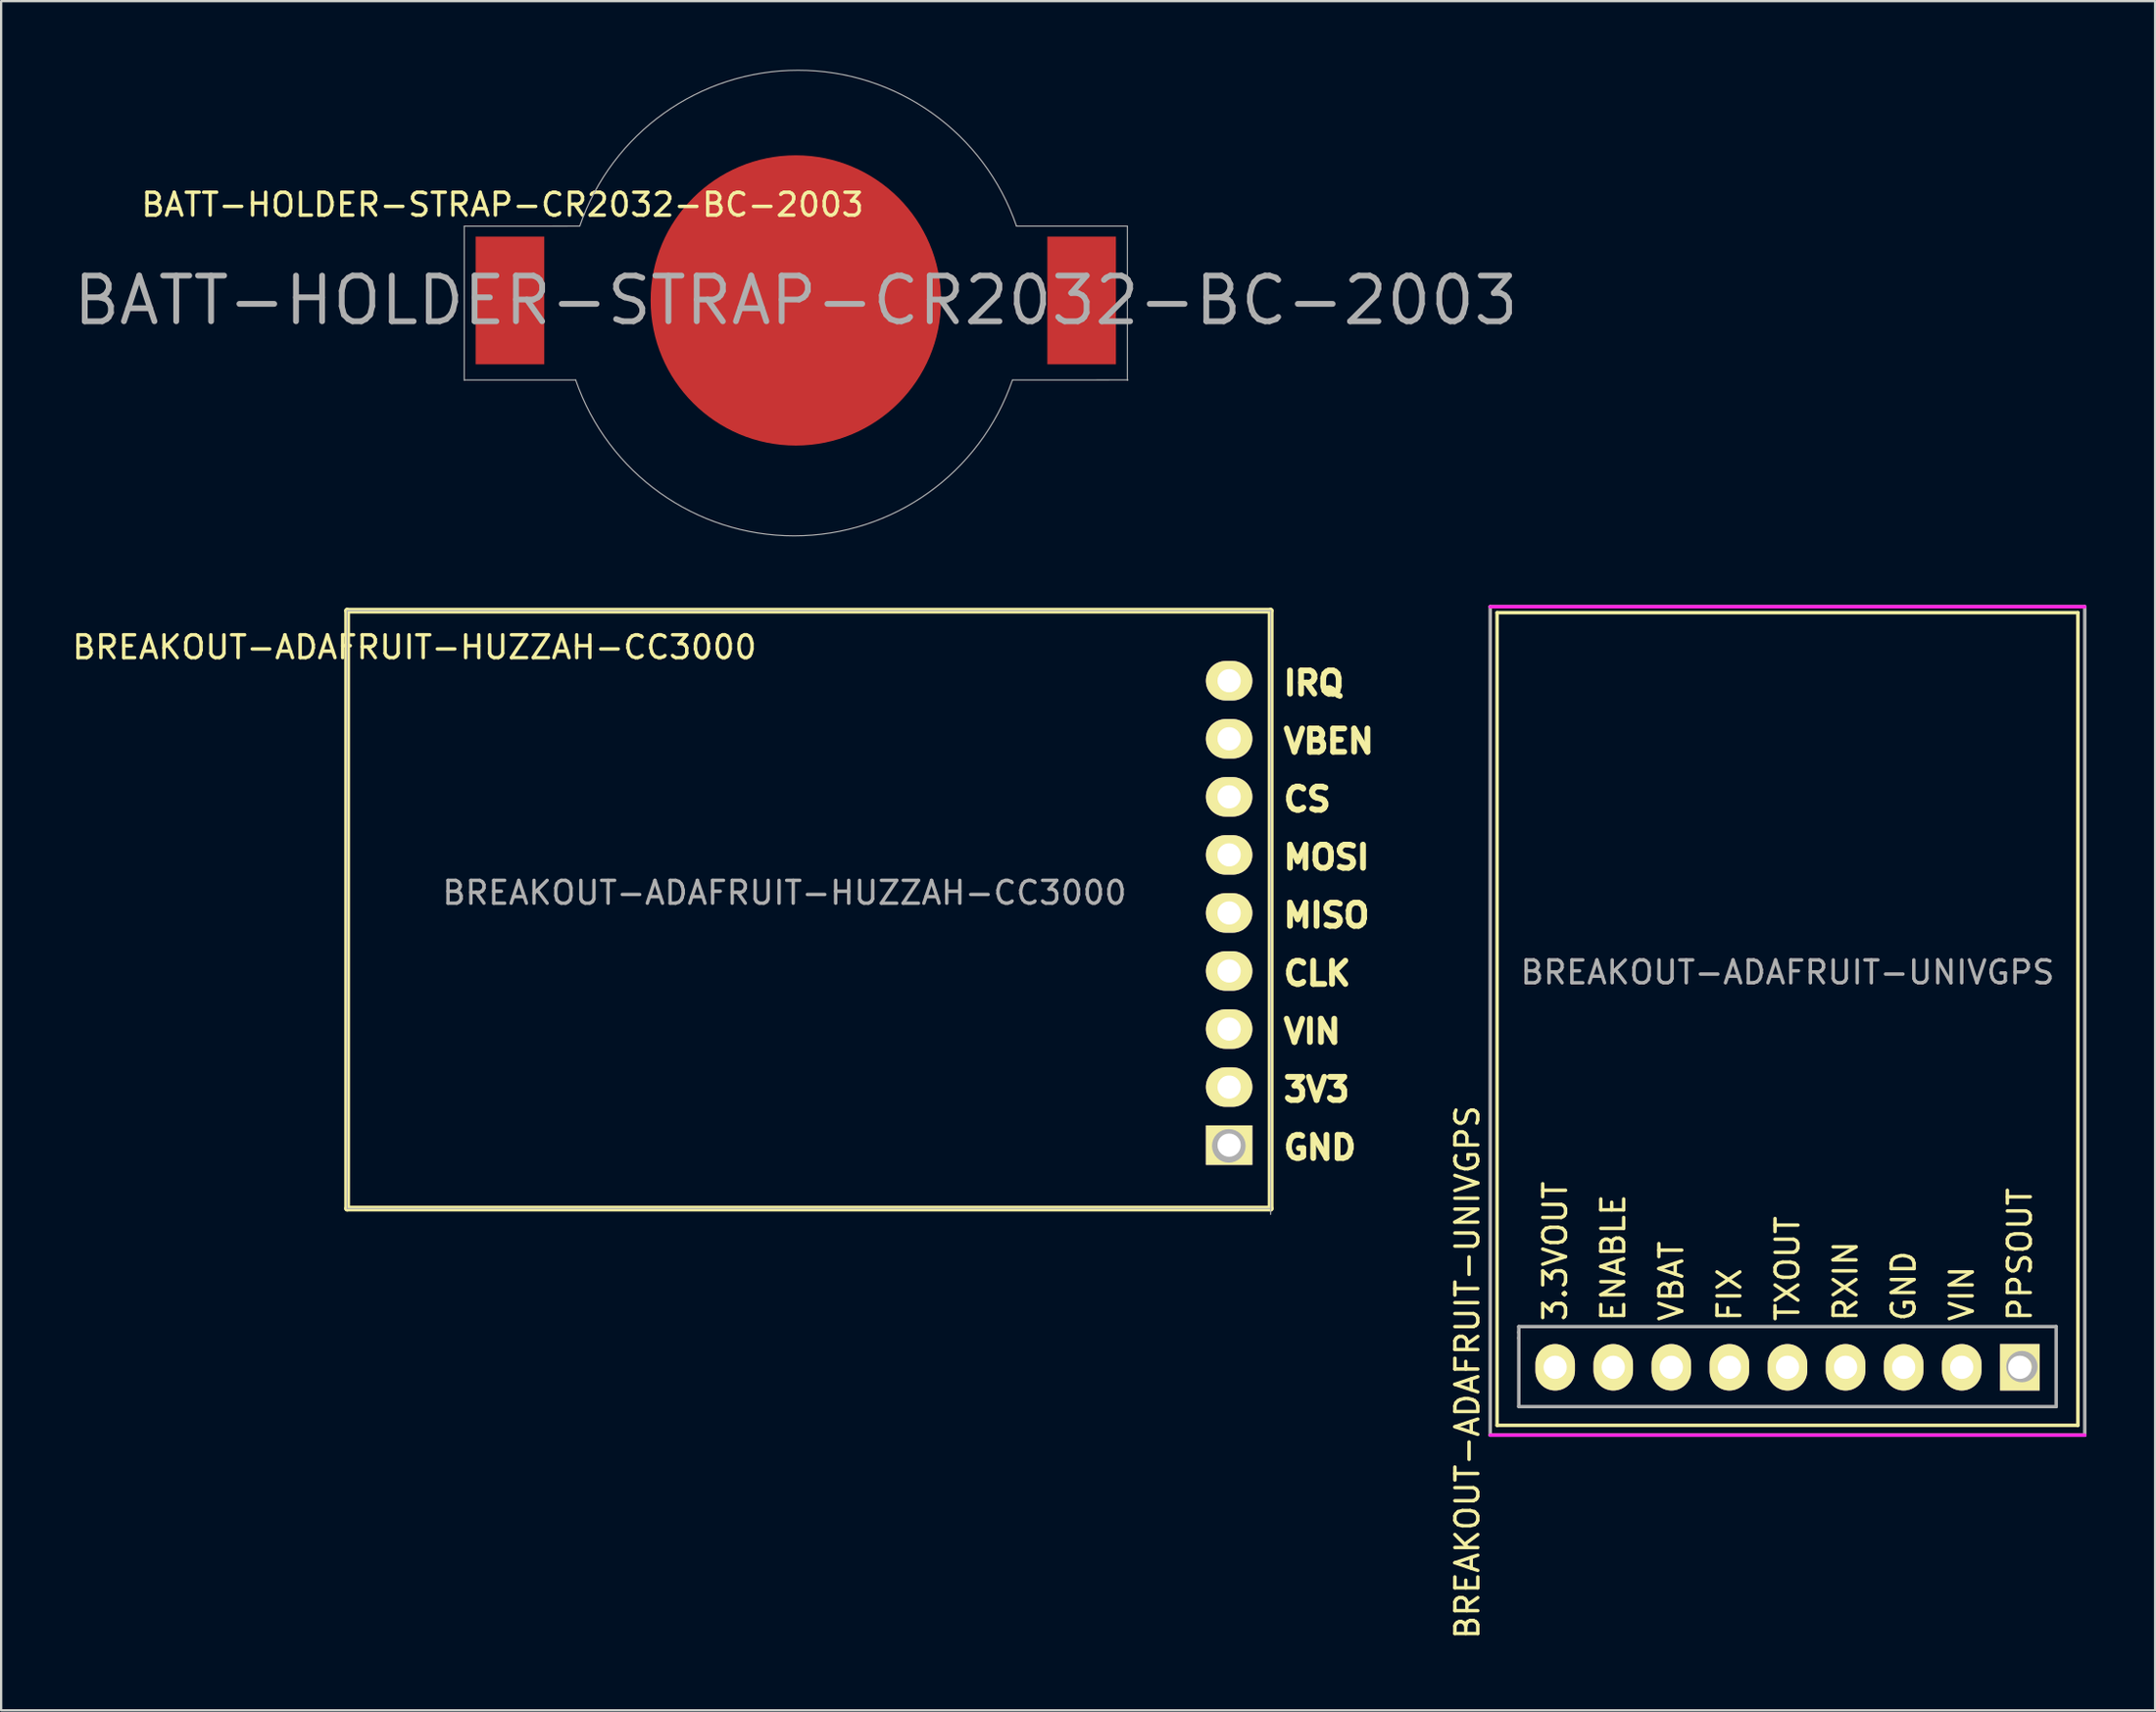
<source format=kicad_pcb>
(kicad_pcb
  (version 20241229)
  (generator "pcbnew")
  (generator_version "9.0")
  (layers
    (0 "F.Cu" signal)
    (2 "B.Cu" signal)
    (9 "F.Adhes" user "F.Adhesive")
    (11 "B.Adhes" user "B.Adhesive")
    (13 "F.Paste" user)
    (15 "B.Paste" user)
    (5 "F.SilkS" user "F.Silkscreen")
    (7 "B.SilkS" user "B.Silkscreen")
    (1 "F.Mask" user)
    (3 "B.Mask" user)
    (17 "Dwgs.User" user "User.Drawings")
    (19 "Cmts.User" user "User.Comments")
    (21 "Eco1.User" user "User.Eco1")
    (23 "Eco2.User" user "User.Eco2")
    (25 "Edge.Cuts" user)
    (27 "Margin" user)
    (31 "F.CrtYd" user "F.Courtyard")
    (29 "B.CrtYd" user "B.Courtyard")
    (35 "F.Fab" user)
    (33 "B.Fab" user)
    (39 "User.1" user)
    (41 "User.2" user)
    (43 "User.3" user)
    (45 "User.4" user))
  (footprint "BREAKOUT-ADAFRUIT-HUZZAH-CC3000"
    (layer "F.Cu")
    (at 52.517 23.671)
    (property "Reference" "BREAKOUT-ADAFRUIT-HUZZAH-CC3000" (at -21.26 12.344 0) (layer "F.Fab") (effects (font (size 1 1) (thickness 0.15))))
    (attr smd)
    (fp_line (start -40.386 0) (end -40.386 26.162) (stroke (width 0.254) (type solid)) (layer "F.SilkS"))
    (fp_line (start 0 0) (end -40.386 0) (stroke (width 0.254) (type solid)) (layer "F.SilkS"))
    (fp_line (start 0 0) (end 0 26.162) (stroke (width 0.254) (type solid)) (layer "F.SilkS"))
    (fp_line (start 0 26.162) (end -40.386 26.162) (stroke (width 0.254) (type solid)) (layer "F.SilkS"))
    (fp_line (start -40.386 0) (end -40.386 26.162) (stroke (width 0.05) (type solid)) (layer "F.Fab"))
    (fp_line (start -40.386 0) (end 0 0) (stroke (width 0.05) (type solid)) (layer "F.Fab"))
    (fp_line (start -40.386 26.162) (end 0 26.162) (stroke (width 0.05) (type solid)) (layer "F.Fab"))
    (fp_line (start 0 0) (end 0 26.416) (stroke (width 0.05) (type solid)) (layer "F.Fab"))
    (fp_circle (center -1.829 23.419) (end -1.727 23.622) (stroke (width 0.508) (type solid)) (fill no) (layer "F.Fab"))
    (fp_text user "3V3" (at 2.008 20.955 0) (layer "F.SilkS") (effects (font (size 1.016 1.016) (thickness 0.254))))
    (fp_text user "CLK" (at 2.032 15.875 0) (layer "F.SilkS") (effects (font (size 1.016 1.016) (thickness 0.254))))
    (fp_text user "${REFERENCE}" (at -37.44 1.6 0) (layer "F.SilkS") (effects (font (size 1 1) (thickness 0.15))))
    (fp_text user "MISO" (at 2.443 13.335 0) (layer "F.SilkS") (effects (font (size 1.016 1.016) (thickness 0.254))))
    (fp_text user "CS" (at 1.597 8.255 0) (layer "F.SilkS") (effects (font (size 1.016 1.016) (thickness 0.254))))
    (fp_text user "MOSI" (at 2.443 10.795 0) (layer "F.SilkS") (effects (font (size 1.016 1.016) (thickness 0.254))))
    (fp_text user "GND" (at 2.153 23.495 0) (layer "F.SilkS") (effects (font (size 1.016 1.016) (thickness 0.254))))
    (fp_text user "VBEN" (at 2.54 5.715 0) (layer "F.SilkS") (effects (font (size 1.016 1.016) (thickness 0.254))))
    (fp_text user "IRQ" (at 1.887 3.175 0) (layer "F.SilkS") (effects (font (size 1.016 1.016) (thickness 0.254))))
    (fp_text user "VIN" (at 1.814 18.415 0) (layer "F.SilkS") (effects (font (size 1.016 1.016) (thickness 0.254))))
    (pad "1" thru_hole rect (at -1.816 23.386 180) (size 2.032 1.727) (drill 1.016) (layers "*.Cu" "*.Mask" "F.SilkS"))
    (pad "2" thru_hole oval (at -1.816 20.846 180) (size 2.032 1.727) (drill 1.016) (layers "*.Cu" "*.Mask" "F.SilkS"))
    (pad "3" thru_hole oval (at -1.816 18.306 180) (size 2.032 1.727) (drill 1.016) (layers "*.Cu" "*.Mask" "F.SilkS"))
    (pad "4" thru_hole oval (at -1.816 15.766 180) (size 2.032 1.727) (drill 1.016) (layers "*.Cu" "*.Mask" "F.SilkS"))
    (pad "5" thru_hole oval (at -1.816 13.226 180) (size 2.032 1.727) (drill 1.016) (layers "*.Cu" "*.Mask" "F.SilkS"))
    (pad "6" thru_hole oval (at -1.816 10.686 180) (size 2.032 1.727) (drill 1.016) (layers "*.Cu" "*.Mask" "F.SilkS"))
    (pad "7" thru_hole oval (at -1.816 8.146 180) (size 2.032 1.727) (drill 1.016) (layers "*.Cu" "*.Mask" "F.SilkS"))
    (pad "8" thru_hole oval (at -1.816 5.606 180) (size 2.032 1.727) (drill 1.016) (layers "*.Cu" "*.Mask" "F.SilkS"))
    (pad "9" thru_hole oval (at -1.816 3.066 180) (size 2.032 1.727) (drill 1.016) (layers "*.Cu" "*.Mask" "F.SilkS")))
  (footprint "BATT-HOLDER-STRAP-CR2032-BC-2003"
    (layer "F.Cu")
    (at 31.752 10.096)
    (property "Reference" "BATT-HOLDER-STRAP-CR2032-BC-2003" (at 0 0 0) (layer "F.Fab") (effects (font (size 2 2) (thickness 0.254))))
    (attr smd)
    (fp_line (start -14.5 -3.25) (end -14.5 3.5) (stroke (width 0.05) (type solid)) (layer "F.Fab"))
    (fp_line (start -9.627 3.48) (end -14.478 3.48) (stroke (width 0.05) (type solid)) (layer "F.Fab"))
    (fp_line (start -9.474 -3.251) (end -14.5 -3.25) (stroke (width 0.05) (type solid)) (layer "F.Fab"))
    (fp_line (start 9.5 3.48) (end 14.525 3.479) (stroke (width 0.05) (type solid)) (layer "F.Fab"))
    (fp_line (start 9.652 -3.251) (end 14.503 -3.251) (stroke (width 0.05) (type solid)) (layer "F.Fab"))
    (fp_line (start 14.5 3.5) (end 14.5 -3.25) (stroke (width 0.05) (type solid)) (layer "F.Fab"))
    (fp_arc (start -9.4488 -3.2512) (mid 0.099192 -10.071443) (end 9.650436 -3.255756) (stroke (width 0.05) (type solid)) (layer "F.Fab"))
    (fp_arc (start 9.4742 3.4798) (mid -0.073792 10.300043) (end -9.625036 3.484356) (stroke (width 0.05) (type solid)) (layer "F.Fab"))
    (fp_text user "${REFERENCE}" (at -12.827 -4.191 0) (layer "F.SilkS") (effects (font (size 1 1) (thickness 0.15))))
    (pad "1" smd rect (at -12.5 0) (size 3 5.588) (layers "F.Cu" "F.Mask" "F.Paste"))
    (pad "1" smd rect (at 12.5 0) (size 3 5.588) (layers "F.Cu" "F.Mask" "F.Paste"))
    (pad "GND" smd circle (at 0 0) (size 12.7 12.7) (layers "F.Cu" "F.Mask")))
  (footprint "BREAKOUT-ADAFRUIT-UNIVGPS"
    (layer "F.Cu")
    (at 75.12 38.998)
    (property "Reference" "BREAKOUT-ADAFRUIT-UNIVGPS" (at 0 0.5 0) (layer "F.Fab") (effects (font (size 1 1) (thickness 0.15))))
    (attr smd)
    (fp_line (start -12.7 -15.24) (end -12.7 20.32) (stroke (width 0.152) (type solid)) (layer "F.SilkS"))
    (fp_line (start -12.7 20.32) (end 12.7 20.32) (stroke (width 0.152) (type solid)) (layer "F.SilkS"))
    (fp_line (start 12.7 -15.24) (end -12.7 -15.24) (stroke (width 0.152) (type solid)) (layer "F.SilkS"))
    (fp_line (start 12.7 20.32) (end 12.7 -15.24) (stroke (width 0.152) (type solid)) (layer "F.SilkS"))
    (fp_line (start -13 20.75) (end 13 20.75) (stroke (width 0.152) (type solid)) (layer "F.CrtYd"))
    (fp_line (start 13 -15.5) (end -13 -15.5) (stroke (width 0.152) (type solid)) (layer "F.CrtYd"))
    (fp_line (start -13 -15.5) (end -13 20.75) (stroke (width 0.152) (type solid)) (layer "F.Fab"))
    (fp_line (start -13 20.75) (end 13 20.75) (stroke (width 0.152) (type solid)) (layer "F.Fab"))
    (fp_line (start -11.75 16) (end -11.75 16.25) (stroke (width 0.152) (type solid)) (layer "F.Fab"))
    (fp_line (start -11.75 16.25) (end -11.75 16.5) (stroke (width 0.152) (type solid)) (layer "F.Fab"))
    (fp_line (start -11.75 16.5) (end -11.75 19.5) (stroke (width 0.152) (type solid)) (layer "F.Fab"))
    (fp_line (start -11.75 19.5) (end 11.75 19.5) (stroke (width 0.152) (type solid)) (layer "F.Fab"))
    (fp_line (start 11.75 16) (end -11.75 16) (stroke (width 0.152) (type solid)) (layer "F.Fab"))
    (fp_line (start 11.75 19.5) (end 11.75 16) (stroke (width 0.152) (type solid)) (layer "F.Fab"))
    (fp_line (start 13 -15.5) (end -13 -15.5) (stroke (width 0.152) (type solid)) (layer "F.Fab"))
    (fp_line (start 13 20.75) (end 13 -15.5) (stroke (width 0.152) (type solid)) (layer "F.Fab"))
    (fp_circle (center 10.25 17.75) (end 10.5 18.25) (stroke (width 0.254) (type solid)) (fill no) (layer "F.Fab"))
    (fp_text user "VBAT" (at -5.08 14.01 90) (layer "F.SilkS") (effects (font (size 1 1) (thickness 0.15))))
    (fp_text user "GND" (at 5.08 14.224 90) (layer "F.SilkS") (effects (font (size 1 1) (thickness 0.15))))
    (fp_text user "ENABLE" (at -7.62 12.986 90) (layer "F.SilkS") (effects (font (size 1 1) (thickness 0.15))))
    (fp_text user "PPSOUT" (at 10.16 12.843 90) (layer "F.SilkS") (effects (font (size 1 1) (thickness 0.15))))
    (fp_text user "3.3VOUT" (at -10.16 12.7 90) (layer "F.SilkS") (effects (font (size 1 1) (thickness 0.15))))
    (fp_text user "${REFERENCE}" (at -14 18 90) (layer "F.SilkS") (effects (font (size 1 1) (thickness 0.15))))
    (fp_text user "RXIN" (at 2.54 14.01 90) (layer "F.SilkS") (effects (font (size 1 1) (thickness 0.15))))
    (fp_text user "VIN" (at 7.62 14.557 90) (layer "F.SilkS") (effects (font (size 1 1) (thickness 0.15))))
    (fp_text user "FIX" (at -2.54 14.605 90) (layer "F.SilkS") (effects (font (size 1 1) (thickness 0.15))))
    (fp_text user "TXOUT" (at 0 13.462 90) (layer "F.SilkS") (effects (font (size 1 1) (thickness 0.15))))
    (pad "1" thru_hole rect (at 10.16 17.78 180) (size 1.727 2.032) (drill 1.016) (layers "*.Cu" "*.Mask" "F.SilkS"))
    (pad "2" thru_hole oval (at 7.62 17.78 180) (size 1.727 2.032) (drill 1.016) (layers "*.Cu" "*.Mask" "F.SilkS"))
    (pad "3" thru_hole oval (at 5.08 17.78 180) (size 1.727 2.032) (drill 1.016) (layers "*.Cu" "*.Mask" "F.SilkS"))
    (pad "4" thru_hole oval (at 2.54 17.78 180) (size 1.727 2.032) (drill 1.016) (layers "*.Cu" "*.Mask" "F.SilkS"))
    (pad "5" thru_hole oval (at 0 17.78 180) (size 1.727 2.032) (drill 1.016) (layers "*.Cu" "*.Mask" "F.SilkS"))
    (pad "6" thru_hole oval (at -2.54 17.78 180) (size 1.727 2.032) (drill 1.016) (layers "*.Cu" "*.Mask" "F.SilkS"))
    (pad "7" thru_hole oval (at -5.08 17.78 180) (size 1.727 2.032) (drill 1.016) (layers "*.Cu" "*.Mask" "F.SilkS"))
    (pad "8" thru_hole oval (at -7.62 17.78 180) (size 1.727 2.032) (drill 1.016) (layers "*.Cu" "*.Mask" "F.SilkS"))
    (pad "9" thru_hole oval (at -10.16 17.78 180) (size 1.727 2.032) (drill 1.016) (layers "*.Cu" "*.Mask" "F.SilkS")))
  (gr_rect
    (start -3 -3)
    (end 91.196 71.789)
    (stroke (width 0.1) (type default))
    (fill no)
    (layer "Edge.Cuts")))
</source>
